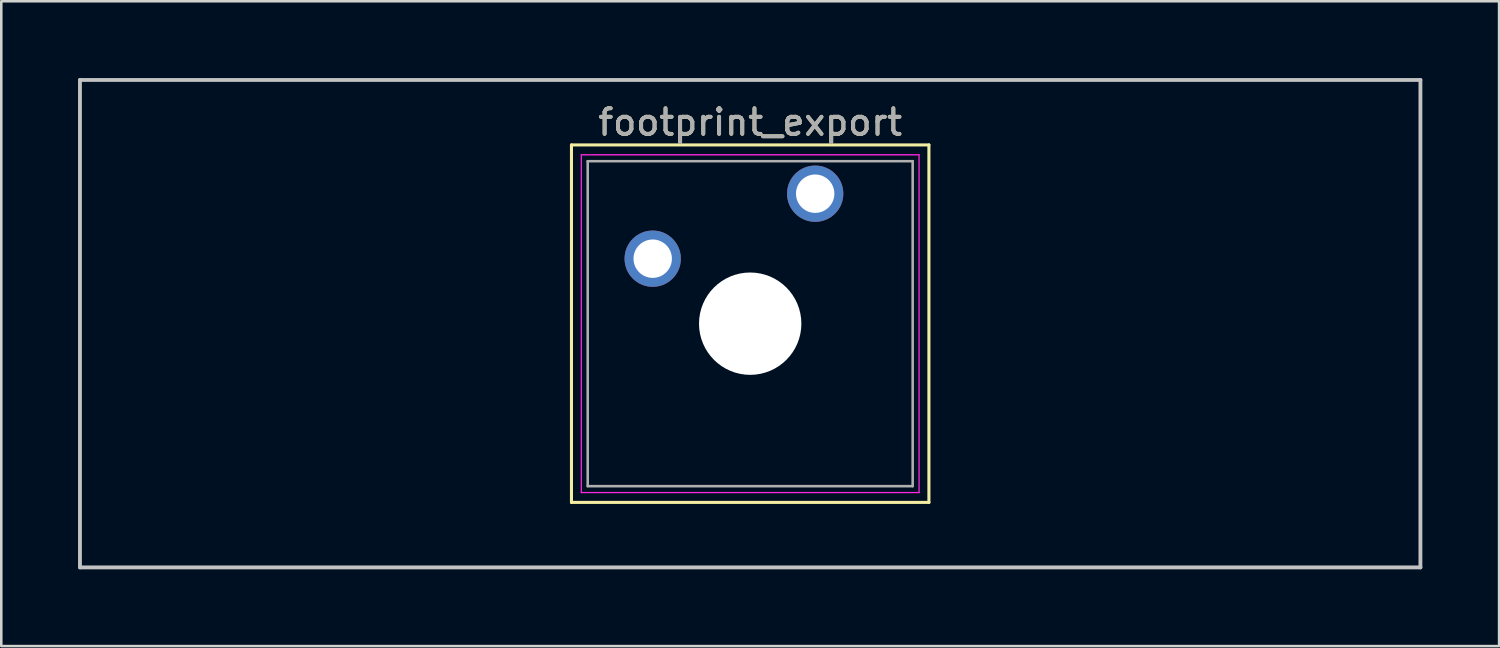
<source format=kicad_pcb>
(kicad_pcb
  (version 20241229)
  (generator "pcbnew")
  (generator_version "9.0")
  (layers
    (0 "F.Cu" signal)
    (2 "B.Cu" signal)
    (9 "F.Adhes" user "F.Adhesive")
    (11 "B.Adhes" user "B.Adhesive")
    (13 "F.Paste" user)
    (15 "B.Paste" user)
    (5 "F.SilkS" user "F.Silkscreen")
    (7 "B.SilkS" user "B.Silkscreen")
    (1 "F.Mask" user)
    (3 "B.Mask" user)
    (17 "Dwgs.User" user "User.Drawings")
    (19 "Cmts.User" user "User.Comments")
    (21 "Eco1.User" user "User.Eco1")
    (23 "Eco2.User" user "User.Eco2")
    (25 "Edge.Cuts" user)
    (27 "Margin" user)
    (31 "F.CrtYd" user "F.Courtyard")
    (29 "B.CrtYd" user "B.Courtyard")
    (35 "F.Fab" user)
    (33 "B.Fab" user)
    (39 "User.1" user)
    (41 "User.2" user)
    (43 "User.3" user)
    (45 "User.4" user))
  (footprint "footprint_export"
    (layer "F.Cu")
    (at 28.809 4.52)
    (property "Reference" "footprint_export" (at -2.54 -2.794 0) (layer "F.SilkS") (effects (font (size 1 1) (thickness 0.15))))
    (attr through_hole)
    (fp_line (start -9.525 -1.905) (end 4.445 -1.905) (stroke (width 0.12) (type solid)) (layer "F.SilkS"))
    (fp_line (start -9.525 12.065) (end -9.525 -1.905) (stroke (width 0.12) (type solid)) (layer "F.SilkS"))
    (fp_line (start 4.445 -1.905) (end 4.445 12.065) (stroke (width 0.12) (type solid)) (layer "F.SilkS"))
    (fp_line (start 4.445 12.065) (end -9.525 12.065) (stroke (width 0.12) (type solid)) (layer "F.SilkS"))
    (fp_line (start -28.734 -4.445) (end 23.654 -4.445) (stroke (width 0.15) (type solid)) (layer "Dwgs.User"))
    (fp_line (start -28.734 14.605) (end -28.734 -4.445) (stroke (width 0.15) (type solid)) (layer "Dwgs.User"))
    (fp_line (start 23.654 -4.445) (end 23.654 14.605) (stroke (width 0.15) (type solid)) (layer "Dwgs.User"))
    (fp_line (start 23.654 14.605) (end -28.734 14.605) (stroke (width 0.15) (type solid)) (layer "Dwgs.User"))
    (fp_line (start -9.14 -1.52) (end 4.06 -1.52) (stroke (width 0.05) (type solid)) (layer "F.CrtYd"))
    (fp_line (start -9.14 11.68) (end -9.14 -1.52) (stroke (width 0.05) (type solid)) (layer "F.CrtYd"))
    (fp_line (start 4.06 -1.52) (end 4.06 11.68) (stroke (width 0.05) (type solid)) (layer "F.CrtYd"))
    (fp_line (start 4.06 11.68) (end -9.14 11.68) (stroke (width 0.05) (type solid)) (layer "F.CrtYd"))
    (fp_line (start -8.89 -1.27) (end 3.81 -1.27) (stroke (width 0.1) (type solid)) (layer "F.Fab"))
    (fp_line (start -8.89 11.43) (end -8.89 -1.27) (stroke (width 0.1) (type solid)) (layer "F.Fab"))
    (fp_line (start 3.81 -1.27) (end 3.81 11.43) (stroke (width 0.1) (type solid)) (layer "F.Fab"))
    (fp_line (start 3.81 11.43) (end -8.89 11.43) (stroke (width 0.1) (type solid)) (layer "F.Fab"))
    (fp_text user "${REFERENCE}" (at -2.54 -2.794 0) (layer "F.Fab") (effects (font (size 1 1) (thickness 0.15))))
    (pad "" np_thru_hole circle (at -2.54 5.08) (size 4 4) (drill 4) (layers "*.Cu" "*.Mask"))
    (pad "1" thru_hole circle (at 0 0) (size 2.2 2.2) (drill 1.5) (layers "*.Cu" "*.Mask"))
    (pad "2" thru_hole circle (at -6.35 2.54) (size 2.2 2.2) (drill 1.5) (layers "*.Cu" "*.Mask")))
  (gr_rect
    (start -3 -3)
    (end 55.538 22.2)
    (stroke (width 0.1) (type default))
    (fill no)
    (layer "Edge.Cuts")))
</source>
